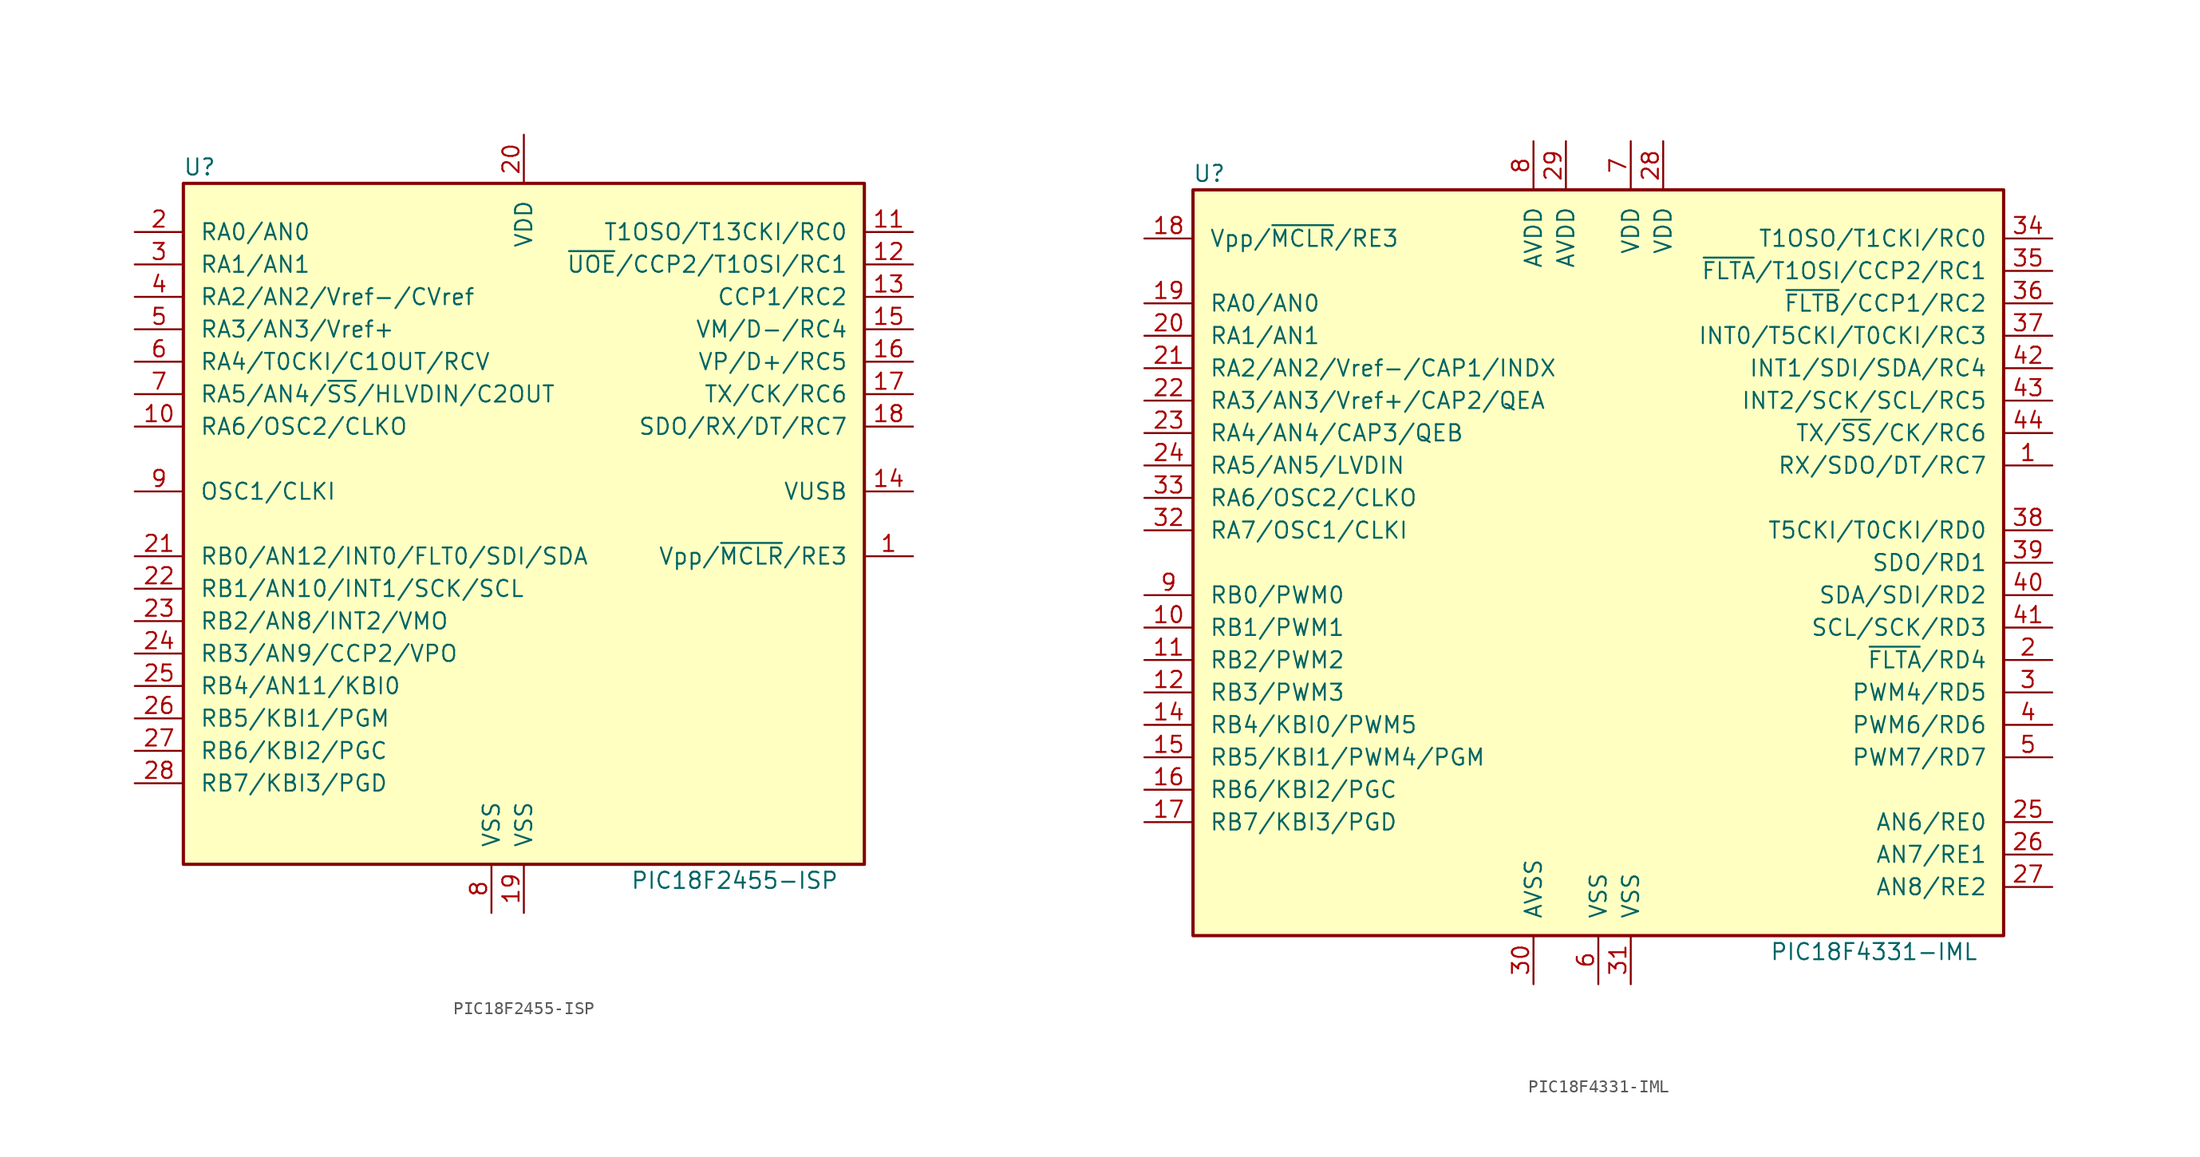
<source format=kicad_sym>
(kicad_symbol_lib
  (version 20201005)
  (generator kicad_symbol_editor)
  (symbol "PIC18F2455-ISP"
    (pin_names
      (offset 1.27))
    (property "Reference" "U"
      (at -25.4 27.94 0)
      (effects (font (size 1.27 1.27))))
    (property "Value" "PIC18F2455-ISP"
      (at 16.51 -27.94 0)
      (effects (font (size 1.27 1.27))))
    (symbol "PIC18F2455-ISP_0_1"
      (rectangle (start -26.67 26.67) (end 26.67 -26.67) (stroke (width 0.254)) (fill (type background))))
    (symbol "PIC18F2455-ISP_1_1"
      (pin input line (at 30.48 -2.54 180) (length 3.81) (name "Vpp/~MCLR~/RE3" (effects (font (size 1.27 1.27)))) (number "1" (effects (font (size 1.27 1.27)))))
      (pin output line (at -30.48 7.62 0) (length 3.81) (name "RA6/OSC2/CLKO" (effects (font (size 1.27 1.27)))) (number "10" (effects (font (size 1.27 1.27)))))
      (pin bidirectional line (at 30.48 22.86 180) (length 3.81) (name "T1OSO/T13CKI/RC0" (effects (font (size 1.27 1.27)))) (number "11" (effects (font (size 1.27 1.27)))))
      (pin bidirectional line (at 30.48 20.32 180) (length 3.81) (name "~UOE~/CCP2/T1OSI/RC1" (effects (font (size 1.27 1.27)))) (number "12" (effects (font (size 1.27 1.27)))))
      (pin bidirectional line (at 30.48 17.78 180) (length 3.81) (name "CCP1/RC2" (effects (font (size 1.27 1.27)))) (number "13" (effects (font (size 1.27 1.27)))))
      (pin bidirectional line (at 30.48 2.54 180) (length 3.81) (name "VUSB" (effects (font (size 1.27 1.27)))) (number "14" (effects (font (size 1.27 1.27)))))
      (pin bidirectional line (at 30.48 15.24 180) (length 3.81) (name "VM/D-/RC4" (effects (font (size 1.27 1.27)))) (number "15" (effects (font (size 1.27 1.27)))))
      (pin bidirectional line (at 30.48 12.7 180) (length 3.81) (name "VP/D+/RC5" (effects (font (size 1.27 1.27)))) (number "16" (effects (font (size 1.27 1.27)))))
      (pin bidirectional line (at 30.48 10.16 180) (length 3.81) (name "TX/CK/RC6" (effects (font (size 1.27 1.27)))) (number "17" (effects (font (size 1.27 1.27)))))
      (pin bidirectional line (at 30.48 7.62 180) (length 3.81) (name "SDO/RX/DT/RC7" (effects (font (size 1.27 1.27)))) (number "18" (effects (font (size 1.27 1.27)))))
      (pin power_in line (at 0 -30.48 90) (length 3.81) (name "VSS" (effects (font (size 1.27 1.27)))) (number "19" (effects (font (size 1.27 1.27)))))
      (pin bidirectional line (at -30.48 22.86 0) (length 3.81) (name "RA0/AN0" (effects (font (size 1.27 1.27)))) (number "2" (effects (font (size 1.27 1.27)))))
      (pin power_in line (at 0 30.48 270) (length 3.81) (name "VDD" (effects (font (size 1.27 1.27)))) (number "20" (effects (font (size 1.27 1.27)))))
      (pin bidirectional line (at -30.48 -2.54 0) (length 3.81) (name "RB0/AN12/INT0/FLT0/SDI/SDA" (effects (font (size 1.27 1.27)))) (number "21" (effects (font (size 1.27 1.27)))))
      (pin bidirectional line (at -30.48 -5.08 0) (length 3.81) (name "RB1/AN10/INT1/SCK/SCL" (effects (font (size 1.27 1.27)))) (number "22" (effects (font (size 1.27 1.27)))))
      (pin bidirectional line (at -30.48 -7.62 0) (length 3.81) (name "RB2/AN8/INT2/VMO" (effects (font (size 1.27 1.27)))) (number "23" (effects (font (size 1.27 1.27)))))
      (pin bidirectional line (at -30.48 -10.16 0) (length 3.81) (name "RB3/AN9/CCP2/VPO" (effects (font (size 1.27 1.27)))) (number "24" (effects (font (size 1.27 1.27)))))
      (pin bidirectional line (at -30.48 -12.7 0) (length 3.81) (name "RB4/AN11/KBI0" (effects (font (size 1.27 1.27)))) (number "25" (effects (font (size 1.27 1.27)))))
      (pin bidirectional line (at -30.48 -15.24 0) (length 3.81) (name "RB5/KBI1/PGM" (effects (font (size 1.27 1.27)))) (number "26" (effects (font (size 1.27 1.27)))))
      (pin bidirectional line (at -30.48 -17.78 0) (length 3.81) (name "RB6/KBI2/PGC" (effects (font (size 1.27 1.27)))) (number "27" (effects (font (size 1.27 1.27)))))
      (pin bidirectional line (at -30.48 -20.32 0) (length 3.81) (name "RB7/KBI3/PGD" (effects (font (size 1.27 1.27)))) (number "28" (effects (font (size 1.27 1.27)))))
      (pin bidirectional line (at -30.48 20.32 0) (length 3.81) (name "RA1/AN1" (effects (font (size 1.27 1.27)))) (number "3" (effects (font (size 1.27 1.27)))))
      (pin bidirectional line (at -30.48 17.78 0) (length 3.81) (name "RA2/AN2/Vref-/CVref" (effects (font (size 1.27 1.27)))) (number "4" (effects (font (size 1.27 1.27)))))
      (pin bidirectional line (at -30.48 15.24 0) (length 3.81) (name "RA3/AN3/Vref+" (effects (font (size 1.27 1.27)))) (number "5" (effects (font (size 1.27 1.27)))))
      (pin bidirectional line (at -30.48 12.7 0) (length 3.81) (name "RA4/T0CKI/C1OUT/RCV" (effects (font (size 1.27 1.27)))) (number "6" (effects (font (size 1.27 1.27)))))
      (pin bidirectional line (at -30.48 10.16 0) (length 3.81) (name "RA5/AN4/~SS~/HLVDIN/C2OUT" (effects (font (size 1.27 1.27)))) (number "7" (effects (font (size 1.27 1.27)))))
      (pin power_in line (at -2.54 -30.48 90) (length 3.81) (name "VSS" (effects (font (size 1.27 1.27)))) (number "8" (effects (font (size 1.27 1.27)))))
      (pin input line (at -30.48 2.54 0) (length 3.81) (name "OSC1/CLKI" (effects (font (size 1.27 1.27)))) (number "9" (effects (font (size 1.27 1.27)))))))
  (symbol "PIC18F4331-IML"
    (pin_names
      (offset 1.27))
    (property "Reference" "U"
      (at -30.48 30.48 0)
      (effects (font (size 1.27 1.27))))
    (property "Value" "PIC18F4331-IML"
      (at 21.59 -30.48 0)
      (effects (font (size 1.27 1.27))))
    (symbol "PIC18F4331-IML_0_1"
      (rectangle (start -31.75 29.21) (end 31.75 -29.21) (stroke (width 0.254)) (fill (type background))))
    (symbol "PIC18F4331-IML_1_1"
      (pin bidirectional line (at 35.56 7.62 180) (length 3.81) (name "RX/SDO/DT/RC7" (effects (font (size 1.27 1.27)))) (number "1" (effects (font (size 1.27 1.27)))))
      (pin bidirectional line (at -35.56 -5.08 0) (length 3.81) (name "RB1/PWM1" (effects (font (size 1.27 1.27)))) (number "10" (effects (font (size 1.27 1.27)))))
      (pin bidirectional line (at -35.56 -7.62 0) (length 3.81) (name "RB2/PWM2" (effects (font (size 1.27 1.27)))) (number "11" (effects (font (size 1.27 1.27)))))
      (pin bidirectional line (at -35.56 -10.16 0) (length 3.81) (name "RB3/PWM3" (effects (font (size 1.27 1.27)))) (number "12" (effects (font (size 1.27 1.27)))))
      (pin no_connect line (at -10.16 -33.02 90) (length 3.81) hide (name "NC" (effects (font (size 1.27 1.27)))) (number "13" (effects (font (size 1.27 1.27)))))
      (pin bidirectional line (at -35.56 -12.7 0) (length 3.81) (name "RB4/KBI0/PWM5" (effects (font (size 1.27 1.27)))) (number "14" (effects (font (size 1.27 1.27)))))
      (pin bidirectional line (at -35.56 -15.24 0) (length 3.81) (name "RB5/KBI1/PWM4/PGM" (effects (font (size 1.27 1.27)))) (number "15" (effects (font (size 1.27 1.27)))))
      (pin bidirectional line (at -35.56 -17.78 0) (length 3.81) (name "RB6/KBI2/PGC" (effects (font (size 1.27 1.27)))) (number "16" (effects (font (size 1.27 1.27)))))
      (pin bidirectional line (at -35.56 -20.32 0) (length 3.81) (name "RB7/KBI3/PGD" (effects (font (size 1.27 1.27)))) (number "17" (effects (font (size 1.27 1.27)))))
      (pin input line (at -35.56 25.4 0) (length 3.81) (name "Vpp/~MCLR~/RE3" (effects (font (size 1.27 1.27)))) (number "18" (effects (font (size 1.27 1.27)))))
      (pin bidirectional line (at -35.56 20.32 0) (length 3.81) (name "RA0/AN0" (effects (font (size 1.27 1.27)))) (number "19" (effects (font (size 1.27 1.27)))))
      (pin bidirectional line (at 35.56 -7.62 180) (length 3.81) (name "~FLTA~/RD4" (effects (font (size 1.27 1.27)))) (number "2" (effects (font (size 1.27 1.27)))))
      (pin bidirectional line (at -35.56 17.78 0) (length 3.81) (name "RA1/AN1" (effects (font (size 1.27 1.27)))) (number "20" (effects (font (size 1.27 1.27)))))
      (pin bidirectional line (at -35.56 15.24 0) (length 3.81) (name "RA2/AN2/Vref-/CAP1/INDX" (effects (font (size 1.27 1.27)))) (number "21" (effects (font (size 1.27 1.27)))))
      (pin bidirectional line (at -35.56 12.7 0) (length 3.81) (name "RA3/AN3/Vref+/CAP2/QEA" (effects (font (size 1.27 1.27)))) (number "22" (effects (font (size 1.27 1.27)))))
      (pin bidirectional line (at -35.56 10.16 0) (length 3.81) (name "RA4/AN4/CAP3/QEB" (effects (font (size 1.27 1.27)))) (number "23" (effects (font (size 1.27 1.27)))))
      (pin bidirectional line (at -35.56 7.62 0) (length 3.81) (name "RA5/AN5/LVDIN" (effects (font (size 1.27 1.27)))) (number "24" (effects (font (size 1.27 1.27)))))
      (pin bidirectional line (at 35.56 -20.32 180) (length 3.81) (name "AN6/RE0" (effects (font (size 1.27 1.27)))) (number "25" (effects (font (size 1.27 1.27)))))
      (pin bidirectional line (at 35.56 -22.86 180) (length 3.81) (name "AN7/RE1" (effects (font (size 1.27 1.27)))) (number "26" (effects (font (size 1.27 1.27)))))
      (pin bidirectional line (at 35.56 -25.4 180) (length 3.81) (name "AN8/RE2" (effects (font (size 1.27 1.27)))) (number "27" (effects (font (size 1.27 1.27)))))
      (pin power_in line (at 5.08 33.02 270) (length 3.81) (name "VDD" (effects (font (size 1.27 1.27)))) (number "28" (effects (font (size 1.27 1.27)))))
      (pin power_in line (at -2.54 33.02 270) (length 3.81) (name "AVDD" (effects (font (size 1.27 1.27)))) (number "29" (effects (font (size 1.27 1.27)))))
      (pin bidirectional line (at 35.56 -10.16 180) (length 3.81) (name "PWM4/RD5" (effects (font (size 1.27 1.27)))) (number "3" (effects (font (size 1.27 1.27)))))
      (pin power_in line (at -5.08 -33.02 90) (length 3.81) (name "AVSS" (effects (font (size 1.27 1.27)))) (number "30" (effects (font (size 1.27 1.27)))))
      (pin power_in line (at 2.54 -33.02 90) (length 3.81) (name "VSS" (effects (font (size 1.27 1.27)))) (number "31" (effects (font (size 1.27 1.27)))))
      (pin bidirectional line (at -35.56 2.54 0) (length 3.81) (name "RA7/OSC1/CLKI" (effects (font (size 1.27 1.27)))) (number "32" (effects (font (size 1.27 1.27)))))
      (pin bidirectional line (at -35.56 5.08 0) (length 3.81) (name "RA6/OSC2/CLKO" (effects (font (size 1.27 1.27)))) (number "33" (effects (font (size 1.27 1.27)))))
      (pin bidirectional line (at 35.56 25.4 180) (length 3.81) (name "T1OSO/T1CKI/RC0" (effects (font (size 1.27 1.27)))) (number "34" (effects (font (size 1.27 1.27)))))
      (pin bidirectional line (at 35.56 22.86 180) (length 3.81) (name "~FLTA~/T1OSI/CCP2/RC1" (effects (font (size 1.27 1.27)))) (number "35" (effects (font (size 1.27 1.27)))))
      (pin bidirectional line (at 35.56 20.32 180) (length 3.81) (name "~FLTB~/CCP1/RC2" (effects (font (size 1.27 1.27)))) (number "36" (effects (font (size 1.27 1.27)))))
      (pin bidirectional line (at 35.56 17.78 180) (length 3.81) (name "INT0/T5CKI/T0CKI/RC3" (effects (font (size 1.27 1.27)))) (number "37" (effects (font (size 1.27 1.27)))))
      (pin bidirectional line (at 35.56 2.54 180) (length 3.81) (name "T5CKI/T0CKI/RD0" (effects (font (size 1.27 1.27)))) (number "38" (effects (font (size 1.27 1.27)))))
      (pin bidirectional line (at 35.56 0 180) (length 3.81) (name "SDO/RD1" (effects (font (size 1.27 1.27)))) (number "39" (effects (font (size 1.27 1.27)))))
      (pin bidirectional line (at 35.56 -12.7 180) (length 3.81) (name "PWM6/RD6" (effects (font (size 1.27 1.27)))) (number "4" (effects (font (size 1.27 1.27)))))
      (pin bidirectional line (at 35.56 -2.54 180) (length 3.81) (name "SDA/SDI/RD2" (effects (font (size 1.27 1.27)))) (number "40" (effects (font (size 1.27 1.27)))))
      (pin bidirectional line (at 35.56 -5.08 180) (length 3.81) (name "SCL/SCK/RD3" (effects (font (size 1.27 1.27)))) (number "41" (effects (font (size 1.27 1.27)))))
      (pin bidirectional line (at 35.56 15.24 180) (length 3.81) (name "INT1/SDI/SDA/RC4" (effects (font (size 1.27 1.27)))) (number "42" (effects (font (size 1.27 1.27)))))
      (pin bidirectional line (at 35.56 12.7 180) (length 3.81) (name "INT2/SCK/SCL/RC5" (effects (font (size 1.27 1.27)))) (number "43" (effects (font (size 1.27 1.27)))))
      (pin bidirectional line (at 35.56 10.16 180) (length 3.81) (name "TX/~SS~/CK/RC6" (effects (font (size 1.27 1.27)))) (number "44" (effects (font (size 1.27 1.27)))))
      (pin bidirectional line (at 35.56 -15.24 180) (length 3.81) (name "PWM7/RD7" (effects (font (size 1.27 1.27)))) (number "5" (effects (font (size 1.27 1.27)))))
      (pin power_in line (at 0 -33.02 90) (length 3.81) (name "VSS" (effects (font (size 1.27 1.27)))) (number "6" (effects (font (size 1.27 1.27)))))
      (pin power_in line (at 2.54 33.02 270) (length 3.81) (name "VDD" (effects (font (size 1.27 1.27)))) (number "7" (effects (font (size 1.27 1.27)))))
      (pin power_in line (at -5.08 33.02 270) (length 3.81) (name "AVDD" (effects (font (size 1.27 1.27)))) (number "8" (effects (font (size 1.27 1.27)))))
      (pin bidirectional line (at -35.56 -2.54 0) (length 3.81) (name "RB0/PWM0" (effects (font (size 1.27 1.27)))) (number "9" (effects (font (size 1.27 1.27))))))))
</source>
